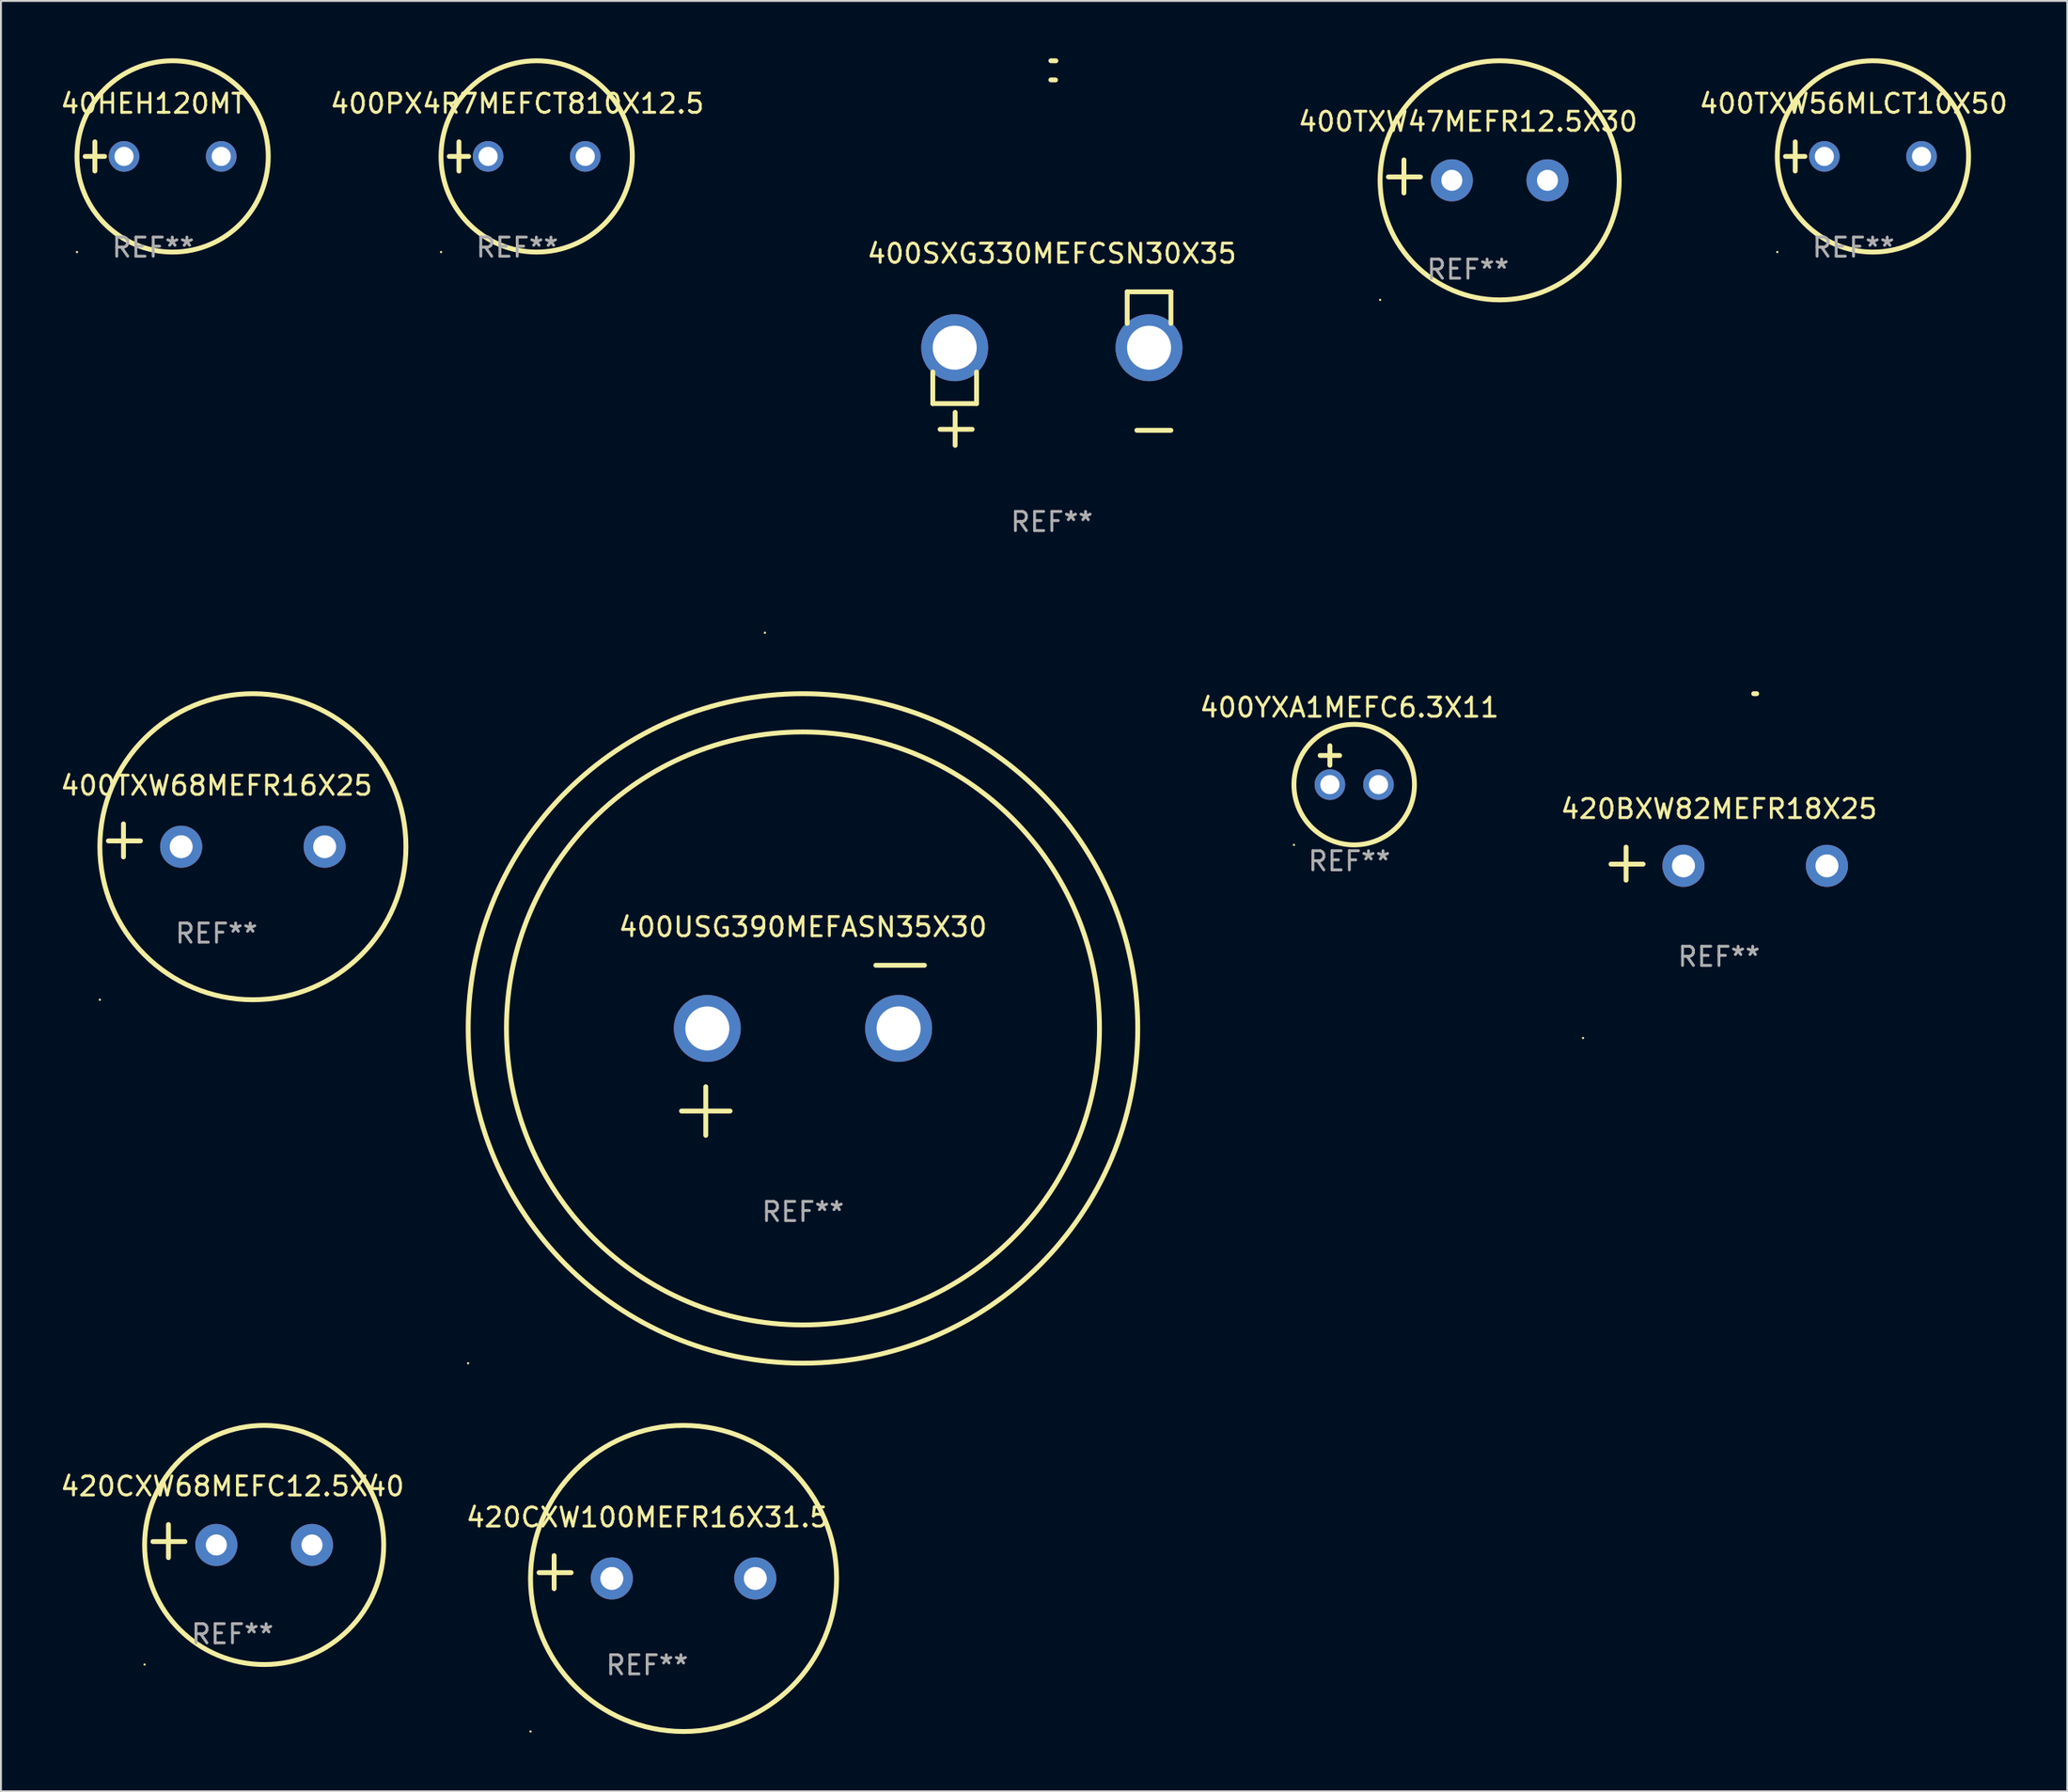
<source format=kicad_pcb>
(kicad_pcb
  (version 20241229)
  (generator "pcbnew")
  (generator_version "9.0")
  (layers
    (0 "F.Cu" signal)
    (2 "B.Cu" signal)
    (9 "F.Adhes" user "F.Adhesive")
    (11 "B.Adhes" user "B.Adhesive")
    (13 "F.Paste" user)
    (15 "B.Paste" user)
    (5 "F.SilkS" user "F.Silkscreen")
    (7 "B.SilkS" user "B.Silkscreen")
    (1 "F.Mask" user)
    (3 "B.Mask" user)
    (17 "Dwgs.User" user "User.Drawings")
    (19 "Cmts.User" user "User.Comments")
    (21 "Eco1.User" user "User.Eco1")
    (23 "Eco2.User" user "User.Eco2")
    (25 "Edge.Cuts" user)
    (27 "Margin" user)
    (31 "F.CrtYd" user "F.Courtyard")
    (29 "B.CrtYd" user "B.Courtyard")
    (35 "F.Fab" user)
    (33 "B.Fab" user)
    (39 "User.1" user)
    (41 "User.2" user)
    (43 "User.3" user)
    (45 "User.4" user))
  (footprint "400TXW68MEFR16X25"
    (layer "F.Cu")
    (at 8.268 40.885)
    (property "Reference" "400TXW68MEFR16X25" (at 0 -2.864 0) (layer "F.SilkS") (effects (font (size 1 1) (thickness 0.15))))
    (attr through_hole)
    (fp_line (start -4.864 0.864) (end -4.864 -0.864) (stroke (width 0.254) (type solid)) (layer "F.SilkS"))
    (fp_line (start -3.975 0.025) (end -5.652 0.025) (stroke (width 0.254) (type solid)) (layer "F.SilkS"))
    (fp_circle (center -6.098 8.33) (end -6.068 8.33) (stroke (width 0.06) (type solid)) (fill no) (layer "F.SilkS"))
    (fp_circle (center 1.902 0.33) (end 9.902 0.33) (stroke (width 0.254) (type solid)) (fill no) (layer "F.SilkS"))
    (fp_text user "REF**" (at 0 4.864 0) (layer "F.Fab") (effects (font (size 1 1) (thickness 0.15))))
    (pad "1" thru_hole circle (at -1.848 0.33) (size 2.2 2.2) (drill 1.2) (layers "*.Cu" "*.Mask"))
    (pad "2" thru_hole circle (at 5.652 0.33) (size 2.2 2.2) (drill 1.2) (layers "*.Cu" "*.Mask")))
  (footprint "400YXA1MEFC6.3X11"
    (layer "F.Cu")
    (at 67.485 36.953)
    (property "Reference" "400YXA1MEFC6.3X11" (at 0 -3.016 0) (layer "F.SilkS") (effects (font (size 1 1) (thickness 0.15))))
    (attr through_hole)
    (fp_line (start -1.524 -0.508) (end -0.508 -0.508) (stroke (width 0.254) (type solid)) (layer "F.SilkS"))
    (fp_line (start -1.016 -1.016) (end -1.016 0) (stroke (width 0.254) (type solid)) (layer "F.SilkS"))
    (fp_circle (center -2.896 4.166) (end -2.866 4.166) (stroke (width 0.06) (type solid)) (fill no) (layer "F.SilkS"))
    (fp_circle (center 0.254 1.016) (end 3.404 1.016) (stroke (width 0.254) (type solid)) (fill no) (layer "F.SilkS"))
    (fp_text user "REF**" (at 0 5.016 0) (layer "F.Fab") (effects (font (size 1 1) (thickness 0.15))))
    (pad "1" thru_hole circle (at -1.016 1.016) (size 1.6 1.6) (drill 1) (layers "*.Cu" "*.Mask"))
    (pad "2" thru_hole circle (at 1.524 1.016) (size 1.6 1.6) (drill 1) (layers "*.Cu" "*.Mask")))
  (footprint "400TXW47MEFR12.5X30"
    (layer "F.Cu")
    (at 73.685 6.174)
    (property "Reference" "400TXW47MEFR12.5X30" (at 0 -2.864 0) (layer "F.SilkS") (effects (font (size 1 1) (thickness 0.15))))
    (attr through_hole)
    (fp_line (start -3.346 0.864) (end -3.346 -0.864) (stroke (width 0.254) (type solid)) (layer "F.SilkS"))
    (fp_line (start -2.482 0.025) (end -4.158 0.025) (stroke (width 0.254) (type solid)) (layer "F.SilkS"))
    (fp_circle (center -4.592 6.453) (end -4.562 6.453) (stroke (width 0.06) (type solid)) (fill no) (layer "F.SilkS"))
    (fp_circle (center 1.658 0.203) (end 7.908 0.203) (stroke (width 0.254) (type solid)) (fill no) (layer "F.SilkS"))
    (fp_text user "REF**" (at 0 4.864 0) (layer "F.Fab") (effects (font (size 1 1) (thickness 0.15))))
    (pad "1" thru_hole circle (at -0.842 0.203) (size 2.2 2.2) (drill 1.1) (layers "*.Cu" "*.Mask"))
    (pad "2" thru_hole circle (at 4.158 0.203) (size 2.2 2.2) (drill 1.1) (layers "*.Cu" "*.Mask")))
  (footprint "40HEH120MT"
    (layer "F.Cu")
    (at 4.958 5.127)
    (property "Reference" "40HEH120MT" (at 0 -2.762 0) (layer "F.SilkS") (effects (font (size 1 1) (thickness 0.15))))
    (attr through_hole)
    (fp_line (start -3.556 0) (end -2.54 0) (stroke (width 0.254) (type solid)) (layer "F.SilkS"))
    (fp_line (start -3.048 -0.762) (end -3.048 0.762) (stroke (width 0.254) (type solid)) (layer "F.SilkS"))
    (fp_circle (center -3.984 5) (end -3.954 5) (stroke (width 0.06) (type solid)) (fill no) (layer "F.SilkS"))
    (fp_circle (center 1.016 0) (end 6.016 0) (stroke (width 0.254) (type solid)) (fill no) (layer "F.SilkS"))
    (fp_text user "REF**" (at 0 4.762 0) (layer "F.Fab") (effects (font (size 1 1) (thickness 0.15))))
    (pad "1" thru_hole circle (at -1.524 0) (size 1.6 1.6) (drill 1) (layers "*.Cu" "*.Mask"))
    (pad "2" thru_hole circle (at 3.556 0) (size 1.6 1.6) (drill 1) (layers "*.Cu" "*.Mask")))
  (footprint "400USG390MEFASN35X30"
    (layer "F.Cu")
    (at 38.924 51.858)
    (property "Reference" "400USG390MEFASN35X30" (at 0 -6.445 0) (layer "F.SilkS") (effects (font (size 1 1) (thickness 0.15))))
    (attr through_hole)
    (fp_line (start -6.35 3.175) (end -3.81 3.175) (stroke (width 0.254) (type solid)) (layer "F.SilkS"))
    (fp_line (start -5.08 1.905) (end -5.08 4.445) (stroke (width 0.254) (type solid)) (layer "F.SilkS"))
    (fp_line (start 3.81 -4.445) (end 6.35 -4.445) (stroke (width 0.254) (type solid)) (layer "F.SilkS"))
    (fp_circle (center -17.505 16.362) (end -17.475 16.362) (stroke (width 0.06) (type solid)) (fill no) (layer "F.SilkS"))
    (fp_circle (center 0 -1.143) (end 15.5 -1.143) (stroke (width 0.254) (type solid)) (fill no) (layer "F.SilkS"))
    (fp_circle (center 0 -1.143) (end 17.5 -1.143) (stroke (width 0.254) (type solid)) (fill no) (layer "F.SilkS"))
    (fp_text user "REF**" (at 0 8.445 0) (layer "F.Fab") (effects (font (size 1 1) (thickness 0.15))))
    (pad "1" thru_hole circle (at -5 -1.143) (size 3.5 3.5) (drill 2.3) (layers "*.Cu" "*.Mask"))
    (pad "2" thru_hole circle (at 5 -1.143) (size 3.5 3.5) (drill 2.3) (layers "*.Cu" "*.Mask")))
  (footprint "400TXW56MLCT10X50"
    (layer "F.Cu")
    (at 93.84 5.127)
    (property "Reference" "400TXW56MLCT10X50" (at 0 -2.762 0) (layer "F.SilkS") (effects (font (size 1 1) (thickness 0.15))))
    (attr through_hole)
    (fp_line (start -3.556 0) (end -2.54 0) (stroke (width 0.254) (type solid)) (layer "F.SilkS"))
    (fp_line (start -3.048 -0.762) (end -3.048 0.762) (stroke (width 0.254) (type solid)) (layer "F.SilkS"))
    (fp_circle (center -3.984 5) (end -3.954 5) (stroke (width 0.06) (type solid)) (fill no) (layer "F.SilkS"))
    (fp_circle (center 1.016 0) (end 6.016 0) (stroke (width 0.254) (type solid)) (fill no) (layer "F.SilkS"))
    (fp_text user "REF**" (at 0 4.762 0) (layer "F.Fab") (effects (font (size 1 1) (thickness 0.15))))
    (pad "1" thru_hole circle (at -1.524 0) (size 1.6 1.6) (drill 1) (layers "*.Cu" "*.Mask"))
    (pad "2" thru_hole circle (at 3.556 0) (size 1.6 1.6) (drill 1) (layers "*.Cu" "*.Mask")))
  (footprint "420BXW82MEFR18X25"
    (layer "F.Cu")
    (at 86.807 42.101)
    (property "Reference" "420BXW82MEFR18X25" (at 0 -2.864 0) (layer "F.SilkS") (effects (font (size 1 1) (thickness 0.15))))
    (attr through_hole)
    (fp_line (start -4.856 0.864) (end -4.856 -0.864) (stroke (width 0.254) (type solid)) (layer "F.SilkS"))
    (fp_line (start -3.967 0.025) (end -5.644 0.025) (stroke (width 0.254) (type solid)) (layer "F.SilkS"))
    (fp_arc (start 1.815024 -8.885649) (mid 1.893764 -8.88599) (end 1.972504 -8.885649) (stroke (width 0.254001) (type solid)) (layer "F.SilkS"))
    (fp_circle (center -7.106 9.114) (end -7.076 9.114) (stroke (width 0.06) (type solid)) (fill no) (layer "F.SilkS"))
    (fp_text user "REF**" (at 0 4.864 0) (layer "F.Fab") (effects (font (size 1 1) (thickness 0.15))))
    (pad "1" thru_hole circle (at -1.856 0.114) (size 2.2 2.2) (drill 1.2) (layers "*.Cu" "*.Mask"))
    (pad "2" thru_hole circle (at 5.644 0.114) (size 2.2 2.2) (drill 1.2) (layers "*.Cu" "*.Mask")))
  (footprint "420CXW100MEFR16X31.5"
    (layer "F.Cu")
    (at 30.78 79.139)
    (property "Reference" "420CXW100MEFR16X31.5" (at 0 -2.864 0) (layer "F.SilkS") (effects (font (size 1 1) (thickness 0.15))))
    (attr through_hole)
    (fp_line (start -4.864 0.864) (end -4.864 -0.864) (stroke (width 0.254) (type solid)) (layer "F.SilkS"))
    (fp_line (start -3.975 0.025) (end -5.652 0.025) (stroke (width 0.254) (type solid)) (layer "F.SilkS"))
    (fp_circle (center -6.098 8.33) (end -6.068 8.33) (stroke (width 0.06) (type solid)) (fill no) (layer "F.SilkS"))
    (fp_circle (center 1.902 0.33) (end 9.902 0.33) (stroke (width 0.254) (type solid)) (fill no) (layer "F.SilkS"))
    (fp_text user "REF**" (at 0 4.864 0) (layer "F.Fab") (effects (font (size 1 1) (thickness 0.15))))
    (pad "1" thru_hole circle (at -1.848 0.33) (size 2.2 2.2) (drill 1.2) (layers "*.Cu" "*.Mask"))
    (pad "2" thru_hole circle (at 5.652 0.33) (size 2.2 2.2) (drill 1.2) (layers "*.Cu" "*.Mask")))
  (footprint "420CXW68MEFC12.5X40"
    (layer "F.Cu")
    (at 9.101 77.516)
    (property "Reference" "420CXW68MEFC12.5X40" (at 0 -2.864 0) (layer "F.SilkS") (effects (font (size 1 1) (thickness 0.15))))
    (attr through_hole)
    (fp_line (start -3.346 0.864) (end -3.346 -0.864) (stroke (width 0.254) (type solid)) (layer "F.SilkS"))
    (fp_line (start -2.482 0.025) (end -4.158 0.025) (stroke (width 0.254) (type solid)) (layer "F.SilkS"))
    (fp_circle (center -4.592 6.453) (end -4.562 6.453) (stroke (width 0.06) (type solid)) (fill no) (layer "F.SilkS"))
    (fp_circle (center 1.658 0.203) (end 7.908 0.203) (stroke (width 0.254) (type solid)) (fill no) (layer "F.SilkS"))
    (fp_text user "REF**" (at 0 4.864 0) (layer "F.Fab") (effects (font (size 1 1) (thickness 0.15))))
    (pad "1" thru_hole circle (at -0.842 0.203) (size 2.2 2.2) (drill 1.1) (layers "*.Cu" "*.Mask"))
    (pad "2" thru_hole circle (at 4.158 0.203) (size 2.2 2.2) (drill 1.1) (layers "*.Cu" "*.Mask")))
  (footprint "400SXG330MEFCSN30X35"
    (layer "F.Cu")
    (at 51.935 16.22)
    (property "Reference" "400SXG330MEFCSN30X35" (at 0 -6.013 0) (layer "F.SilkS") (effects (font (size 1 1) (thickness 0.15))))
    (attr through_hole)
    (fp_line (start -6.223 0.178) (end -6.223 1.829) (stroke (width 0.254) (type solid)) (layer "F.SilkS"))
    (fp_line (start -6.223 1.829) (end -3.937 1.829) (stroke (width 0.254) (type solid)) (layer "F.SilkS"))
    (fp_line (start -5.055 4.013) (end -5.055 2.286) (stroke (width 0.254) (type solid)) (layer "F.SilkS"))
    (fp_line (start -4.166 3.175) (end -5.842 3.175) (stroke (width 0.254) (type solid)) (layer "F.SilkS"))
    (fp_line (start -3.937 1.829) (end -3.937 0.178) (stroke (width 0.254) (type solid)) (layer "F.SilkS"))
    (fp_line (start 3.937 -4.013) (end 3.937 -2.362) (stroke (width 0.254) (type solid)) (layer "F.SilkS"))
    (fp_line (start 6.223 -4.013) (end 3.937 -4.013) (stroke (width 0.254) (type solid)) (layer "F.SilkS"))
    (fp_line (start 6.223 -2.362) (end 6.223 -4.013) (stroke (width 0.254) (type solid)) (layer "F.SilkS"))
    (fp_line (start 6.223 3.226) (end 4.445 3.226) (stroke (width 0.254) (type solid)) (layer "F.SilkS"))
    (fp_arc (start -0.0508 -16.093472) (mid 0.080016 -16.092762) (end 0.210821 -16.090932) (stroke (width 0.254001) (type solid)) (layer "F.SilkS"))
    (fp_arc (start -0.0508 -15.09271) (mid 0.071125 -15.091961) (end 0.19304 -15.09017) (stroke (width 0.254001) (type solid)) (layer "F.SilkS"))
    (fp_circle (center -15 13.808) (end -14.97 13.808) (stroke (width 0.06) (type solid)) (fill no) (layer "F.SilkS"))
    (fp_text user "REF**" (at 0 8.013 0) (layer "F.Fab") (effects (font (size 1 1) (thickness 0.15))))
    (pad "1" thru_hole circle (at -5.08 -1.092) (size 3.5 3.5) (drill 2.3) (layers "*.Cu" "*.Mask"))
    (pad "2" thru_hole circle (at 5.08 -1.092) (size 3.5 3.5) (drill 2.3) (layers "*.Cu" "*.Mask")))
  (footprint "400PX4R7MEFCT810X12.5"
    (layer "F.Cu")
    (at 23.988 5.127)
    (property "Reference" "400PX4R7MEFCT810X12.5" (at 0 -2.762 0) (layer "F.SilkS") (effects (font (size 1 1) (thickness 0.15))))
    (attr through_hole)
    (fp_line (start -3.556 0) (end -2.54 0) (stroke (width 0.254) (type solid)) (layer "F.SilkS"))
    (fp_line (start -3.048 -0.762) (end -3.048 0.762) (stroke (width 0.254) (type solid)) (layer "F.SilkS"))
    (fp_circle (center -3.984 5) (end -3.954 5) (stroke (width 0.06) (type solid)) (fill no) (layer "F.SilkS"))
    (fp_circle (center 1.016 0) (end 6.016 0) (stroke (width 0.254) (type solid)) (fill no) (layer "F.SilkS"))
    (fp_text user "REF**" (at 0 4.762 0) (layer "F.Fab") (effects (font (size 1 1) (thickness 0.15))))
    (pad "1" thru_hole circle (at -1.524 0) (size 1.6 1.6) (drill 1) (layers "*.Cu" "*.Mask"))
    (pad "2" thru_hole circle (at 3.556 0) (size 1.6 1.6) (drill 1) (layers "*.Cu" "*.Mask")))
  (gr_rect
    (start -3 -3)
    (end 105.013 90.597)
    (stroke (width 0.1) (type default))
    (fill no)
    (layer "Edge.Cuts")))
</source>
